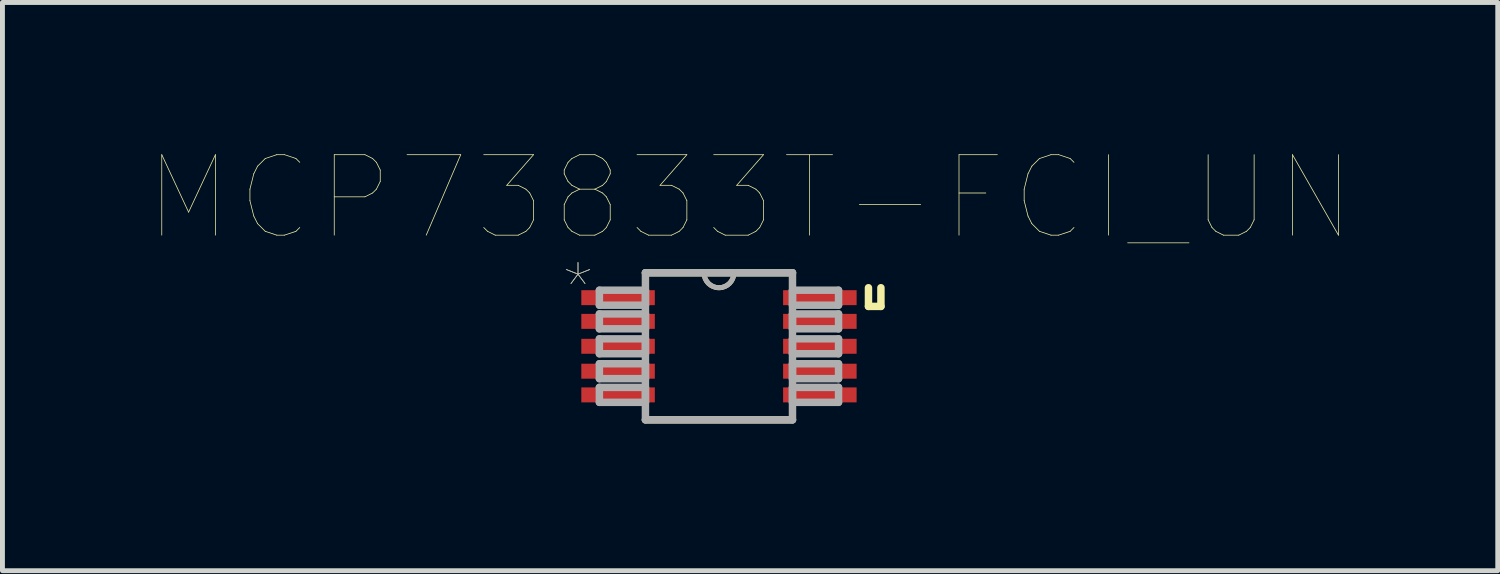
<source format=kicad_pcb>
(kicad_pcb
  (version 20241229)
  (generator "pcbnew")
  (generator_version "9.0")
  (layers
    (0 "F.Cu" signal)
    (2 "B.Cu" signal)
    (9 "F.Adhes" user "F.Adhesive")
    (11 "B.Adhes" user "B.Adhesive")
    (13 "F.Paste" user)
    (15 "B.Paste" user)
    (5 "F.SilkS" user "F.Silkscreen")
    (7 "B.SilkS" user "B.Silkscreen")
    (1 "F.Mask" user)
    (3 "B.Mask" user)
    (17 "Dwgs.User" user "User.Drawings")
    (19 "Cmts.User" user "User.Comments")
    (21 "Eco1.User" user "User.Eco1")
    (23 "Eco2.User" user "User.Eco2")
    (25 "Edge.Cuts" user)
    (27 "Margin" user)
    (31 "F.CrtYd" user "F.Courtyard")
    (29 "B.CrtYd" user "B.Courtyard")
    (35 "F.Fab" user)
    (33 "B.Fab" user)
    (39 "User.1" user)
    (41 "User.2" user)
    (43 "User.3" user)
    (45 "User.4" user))
  (footprint "MCP73833T-FCI_UN"
    (layer "F.Cu")
    (at 11.608 4.01)
    (property "Reference" "MCP73833T-FCI_UN" (at 0.635 -3.024 0) (layer "F.SilkS") (effects (font (size 1.641 1.641) (thickness 0.015))))
    (attr through_hole)
    (fp_line (start -1.499 1.499) (end 1.499 1.499) (stroke (width 0.152) (type solid)) (layer "F.SilkS"))
    (fp_line (start -0.305 -1.499) (end -1.499 -1.499) (stroke (width 0.152) (type solid)) (layer "F.SilkS"))
    (fp_line (start 0.305 -1.499) (end -0.305 -1.499) (stroke (width 0.152) (type solid)) (layer "F.SilkS"))
    (fp_line (start 1.499 -1.499) (end 0.305 -1.499) (stroke (width 0.152) (type solid)) (layer "F.SilkS"))
    (fp_line (start 3.048 -0.813) (end 3.048 -1.194) (stroke (width 0.152) (type solid)) (layer "F.SilkS"))
    (fp_line (start 3.302 -1.194) (end 3.302 -0.813) (stroke (width 0.152) (type solid)) (layer "F.SilkS"))
    (fp_line (start 3.302 -0.813) (end 3.048 -0.813) (stroke (width 0.152) (type solid)) (layer "F.SilkS"))
    (fp_arc (start 0.3048 -1.4986) (mid 0 -1.1938) (end -0.3048 -1.4986) (stroke (width 0.1) (type solid)) (layer "F.SilkS"))
    (fp_line (start -2.438 -1.143) (end -2.438 -0.838) (stroke (width 0.152) (type solid)) (layer "F.Fab"))
    (fp_line (start -2.438 -0.838) (end -1.499 -0.838) (stroke (width 0.152) (type solid)) (layer "F.Fab"))
    (fp_line (start -2.438 -0.66) (end -2.438 -0.356) (stroke (width 0.152) (type solid)) (layer "F.Fab"))
    (fp_line (start -2.438 -0.356) (end -1.499 -0.356) (stroke (width 0.152) (type solid)) (layer "F.Fab"))
    (fp_line (start -2.438 -0.152) (end -2.438 0.152) (stroke (width 0.152) (type solid)) (layer "F.Fab"))
    (fp_line (start -2.438 0.152) (end -1.499 0.152) (stroke (width 0.152) (type solid)) (layer "F.Fab"))
    (fp_line (start -2.438 0.356) (end -2.438 0.66) (stroke (width 0.152) (type solid)) (layer "F.Fab"))
    (fp_line (start -2.438 0.66) (end -1.499 0.66) (stroke (width 0.152) (type solid)) (layer "F.Fab"))
    (fp_line (start -2.438 0.838) (end -2.438 1.143) (stroke (width 0.152) (type solid)) (layer "F.Fab"))
    (fp_line (start -2.438 1.143) (end -1.499 1.143) (stroke (width 0.152) (type solid)) (layer "F.Fab"))
    (fp_line (start -1.499 -1.499) (end -1.499 1.499) (stroke (width 0.152) (type solid)) (layer "F.Fab"))
    (fp_line (start -1.499 -1.143) (end -2.438 -1.143) (stroke (width 0.152) (type solid)) (layer "F.Fab"))
    (fp_line (start -1.499 -0.838) (end -1.499 -1.143) (stroke (width 0.152) (type solid)) (layer "F.Fab"))
    (fp_line (start -1.499 -0.66) (end -2.438 -0.66) (stroke (width 0.152) (type solid)) (layer "F.Fab"))
    (fp_line (start -1.499 -0.356) (end -1.499 -0.66) (stroke (width 0.152) (type solid)) (layer "F.Fab"))
    (fp_line (start -1.499 -0.152) (end -2.438 -0.152) (stroke (width 0.152) (type solid)) (layer "F.Fab"))
    (fp_line (start -1.499 0.152) (end -1.499 -0.152) (stroke (width 0.152) (type solid)) (layer "F.Fab"))
    (fp_line (start -1.499 0.356) (end -2.438 0.356) (stroke (width 0.152) (type solid)) (layer "F.Fab"))
    (fp_line (start -1.499 0.66) (end -1.499 0.356) (stroke (width 0.152) (type solid)) (layer "F.Fab"))
    (fp_line (start -1.499 0.838) (end -2.438 0.838) (stroke (width 0.152) (type solid)) (layer "F.Fab"))
    (fp_line (start -1.499 1.143) (end -1.499 0.838) (stroke (width 0.152) (type solid)) (layer "F.Fab"))
    (fp_line (start -1.499 1.499) (end 1.499 1.499) (stroke (width 0.152) (type solid)) (layer "F.Fab"))
    (fp_line (start -0.305 -1.499) (end -1.499 -1.499) (stroke (width 0.152) (type solid)) (layer "F.Fab"))
    (fp_line (start 0.305 -1.499) (end -0.305 -1.499) (stroke (width 0.152) (type solid)) (layer "F.Fab"))
    (fp_line (start 1.499 -1.499) (end 0.305 -1.499) (stroke (width 0.152) (type solid)) (layer "F.Fab"))
    (fp_line (start 1.499 -1.143) (end 1.499 -0.838) (stroke (width 0.152) (type solid)) (layer "F.Fab"))
    (fp_line (start 1.499 -0.838) (end 2.438 -0.838) (stroke (width 0.152) (type solid)) (layer "F.Fab"))
    (fp_line (start 1.499 -0.66) (end 1.499 -0.356) (stroke (width 0.152) (type solid)) (layer "F.Fab"))
    (fp_line (start 1.499 -0.356) (end 2.438 -0.356) (stroke (width 0.152) (type solid)) (layer "F.Fab"))
    (fp_line (start 1.499 -0.152) (end 1.499 0.152) (stroke (width 0.152) (type solid)) (layer "F.Fab"))
    (fp_line (start 1.499 0.152) (end 2.438 0.152) (stroke (width 0.152) (type solid)) (layer "F.Fab"))
    (fp_line (start 1.499 0.356) (end 1.499 0.66) (stroke (width 0.152) (type solid)) (layer "F.Fab"))
    (fp_line (start 1.499 0.66) (end 2.438 0.66) (stroke (width 0.152) (type solid)) (layer "F.Fab"))
    (fp_line (start 1.499 0.838) (end 1.499 1.143) (stroke (width 0.152) (type solid)) (layer "F.Fab"))
    (fp_line (start 1.499 1.143) (end 2.438 1.143) (stroke (width 0.152) (type solid)) (layer "F.Fab"))
    (fp_line (start 1.499 1.499) (end 1.499 -1.499) (stroke (width 0.152) (type solid)) (layer "F.Fab"))
    (fp_line (start 2.438 -1.143) (end 1.499 -1.143) (stroke (width 0.152) (type solid)) (layer "F.Fab"))
    (fp_line (start 2.438 -0.838) (end 2.438 -1.143) (stroke (width 0.152) (type solid)) (layer "F.Fab"))
    (fp_line (start 2.438 -0.66) (end 1.499 -0.66) (stroke (width 0.152) (type solid)) (layer "F.Fab"))
    (fp_line (start 2.438 -0.356) (end 2.438 -0.66) (stroke (width 0.152) (type solid)) (layer "F.Fab"))
    (fp_line (start 2.438 -0.152) (end 1.499 -0.152) (stroke (width 0.152) (type solid)) (layer "F.Fab"))
    (fp_line (start 2.438 0.152) (end 2.438 -0.152) (stroke (width 0.152) (type solid)) (layer "F.Fab"))
    (fp_line (start 2.438 0.356) (end 1.499 0.356) (stroke (width 0.152) (type solid)) (layer "F.Fab"))
    (fp_line (start 2.438 0.66) (end 2.438 0.356) (stroke (width 0.152) (type solid)) (layer "F.Fab"))
    (fp_line (start 2.438 0.838) (end 1.499 0.838) (stroke (width 0.152) (type solid)) (layer "F.Fab"))
    (fp_line (start 2.438 1.143) (end 2.438 0.838) (stroke (width 0.152) (type solid)) (layer "F.Fab"))
    (fp_arc (start 0.3048 -1.4986) (mid 0 -1.1938) (end -0.3048 -1.4986) (stroke (width 0.1) (type solid)) (layer "F.Fab"))
    (fp_text user "*" (at -2.874 -1.17 0) (layer "F.SilkS") (effects (font (size 1.001 1.001) (thickness 0.015))))
    (fp_text user "*" (at -2.874 -1.17 0) (layer "F.Fab") (effects (font (size 1.001 1.001) (thickness 0.015))))
    (pad "1" smd rect (at -2.057 -0.991) (size 1.499 0.305) (layers "F.Cu" "F.Mask" "F.Paste"))
    (pad "2" smd rect (at -2.057 -0.508) (size 1.499 0.305) (layers "F.Cu" "F.Mask" "F.Paste"))
    (pad "3" smd rect (at -2.057 0) (size 1.499 0.305) (layers "F.Cu" "F.Mask" "F.Paste"))
    (pad "4" smd rect (at -2.057 0.508) (size 1.499 0.305) (layers "F.Cu" "F.Mask" "F.Paste"))
    (pad "5" smd rect (at -2.057 0.991) (size 1.499 0.305) (layers "F.Cu" "F.Mask" "F.Paste"))
    (pad "6" smd rect (at 2.057 0.991) (size 1.499 0.305) (layers "F.Cu" "F.Mask" "F.Paste"))
    (pad "7" smd rect (at 2.057 0.508) (size 1.499 0.305) (layers "F.Cu" "F.Mask" "F.Paste"))
    (pad "8" smd rect (at 2.057 0) (size 1.499 0.305) (layers "F.Cu" "F.Mask" "F.Paste"))
    (pad "9" smd rect (at 2.057 -0.508) (size 1.499 0.305) (layers "F.Cu" "F.Mask" "F.Paste"))
    (pad "10" smd rect (at 2.057 -0.991) (size 1.499 0.305) (layers "F.Cu" "F.Mask" "F.Paste")))
  (gr_rect
    (start -3 -3)
    (end 27.486 8.585)
    (stroke (width 0.1) (type default))
    (fill no)
    (layer "Edge.Cuts")))
</source>
